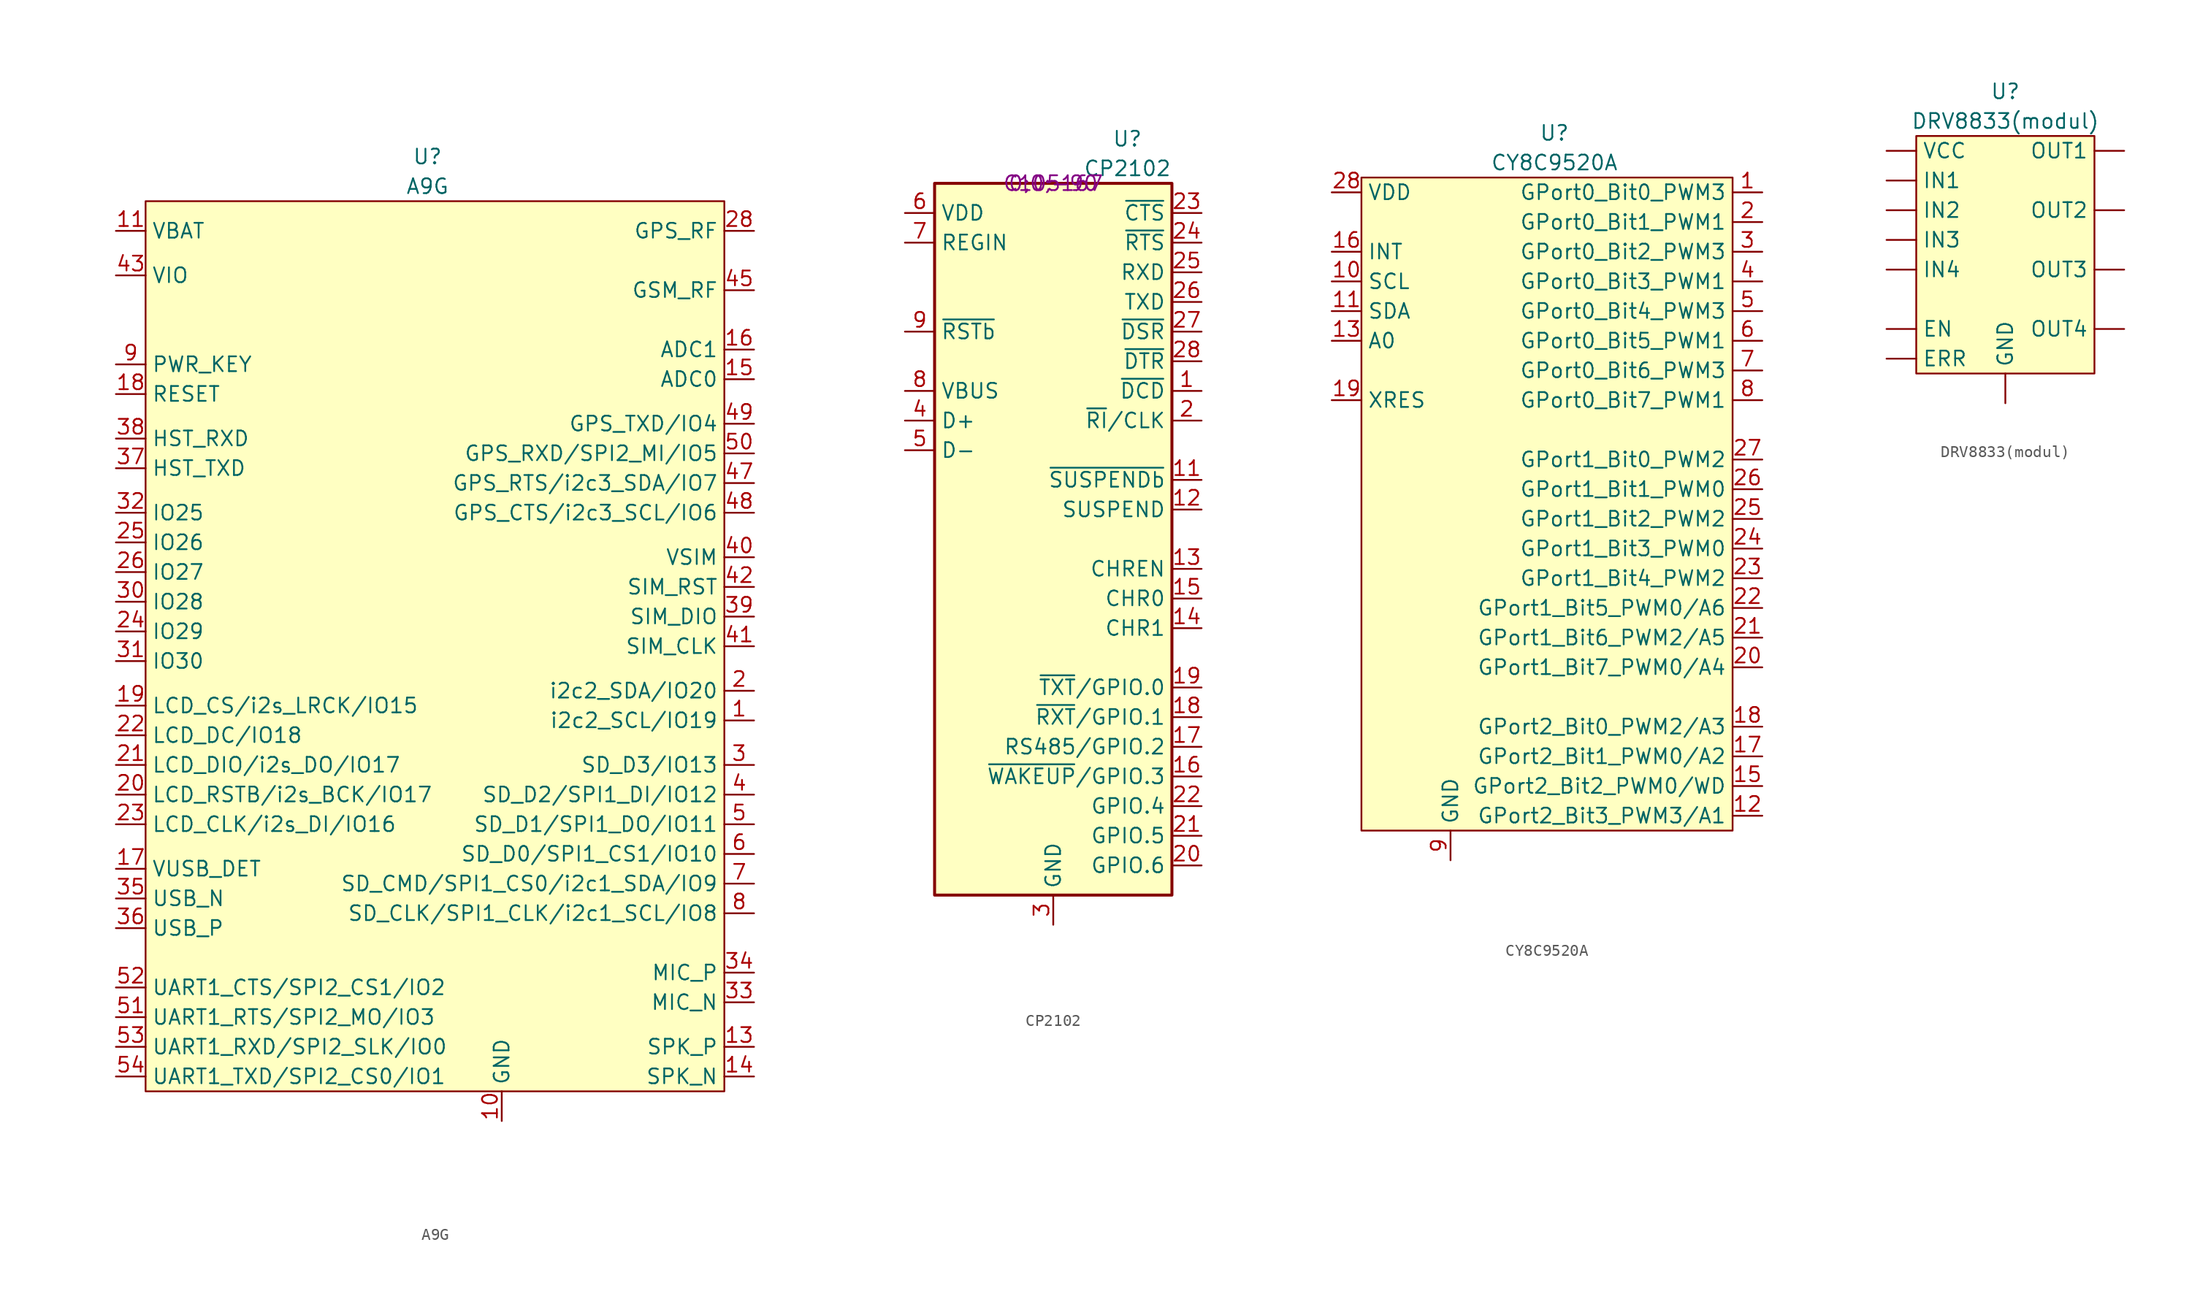
<source format=kicad_sym>
(kicad_symbol_lib
  (version 20211014)
  (generator kicad_symbol_editor)
  (symbol "A9G"
    (property "Reference" "U"
      (at 0 3.81 0)
      (effects (font (size 1.27 1.27))))
    (property "Value" "A9G"
      (at 0 1.27 0)
      (effects (font (size 1.27 1.27))))
    (symbol "A9G_0_1"
      (rectangle (start 25.4 -76.2) (end -24.13 0) (stroke (width 0) (type default) (color 0 0 0 0)) (fill (type background))))
    (symbol "A9G_1_1"
      (pin bidirectional line (at 27.94 -44.45 180) (length 2.54) (name "i2c2_SCL/IO19" (effects (font (size 1.27 1.27)))) (number "1" (effects (font (size 1.27 1.27)))))
      (pin power_in line (at 6.35 -78.74 90) (length 2.54) (name "GND" (effects (font (size 1.27 1.27)))) (number "10" (effects (font (size 1.27 1.27)))))
      (pin power_in line (at -26.67 -2.54 0) (length 2.54) (name "VBAT" (effects (font (size 1.27 1.27)))) (number "11" (effects (font (size 1.27 1.27)))))
      (pin power_in line (at -26.67 -2.54 0) (length 2.54) hide (name "vbat" (effects (font (size 1.27 1.27)))) (number "12" (effects (font (size 1.27 1.27)))))
      (pin output line (at 27.94 -72.39 180) (length 2.54) (name "SPK_P" (effects (font (size 1.27 1.27)))) (number "13" (effects (font (size 1.27 1.27)))))
      (pin output line (at 27.94 -74.93 180) (length 2.54) (name "SPK_N" (effects (font (size 1.27 1.27)))) (number "14" (effects (font (size 1.27 1.27)))))
      (pin input line (at 27.94 -15.24 180) (length 2.54) (name "ADC0" (effects (font (size 1.27 1.27)))) (number "15" (effects (font (size 1.27 1.27)))))
      (pin input line (at 27.94 -12.7 180) (length 2.54) (name "ADC1" (effects (font (size 1.27 1.27)))) (number "16" (effects (font (size 1.27 1.27)))))
      (pin power_in line (at -26.67 -57.15 0) (length 2.54) (name "VUSB_DET" (effects (font (size 1.27 1.27)))) (number "17" (effects (font (size 1.27 1.27)))))
      (pin input line (at -26.67 -16.51 0) (length 2.54) (name "RESET" (effects (font (size 1.27 1.27)))) (number "18" (effects (font (size 1.27 1.27)))))
      (pin bidirectional line (at -26.67 -43.18 0) (length 2.54) (name "LCD_CS/i2s_LRCK/IO15" (effects (font (size 1.27 1.27)))) (number "19" (effects (font (size 1.27 1.27)))))
      (pin bidirectional line (at 27.94 -41.91 180) (length 2.54) (name "i2c2_SDA/IO20" (effects (font (size 1.27 1.27)))) (number "2" (effects (font (size 1.27 1.27)))))
      (pin bidirectional line (at -26.67 -50.8 0) (length 2.54) (name "LCD_RSTB/i2s_BCK/IO17" (effects (font (size 1.27 1.27)))) (number "20" (effects (font (size 1.27 1.27)))))
      (pin bidirectional line (at -26.67 -48.26 0) (length 2.54) (name "LCD_DIO/i2s_DO/IO17" (effects (font (size 1.27 1.27)))) (number "21" (effects (font (size 1.27 1.27)))))
      (pin bidirectional line (at -26.67 -45.72 0) (length 2.54) (name "LCD_DC/IO18" (effects (font (size 1.27 1.27)))) (number "22" (effects (font (size 1.27 1.27)))))
      (pin bidirectional line (at -26.67 -53.34 0) (length 2.54) (name "LCD_CLK/i2s_DI/IO16" (effects (font (size 1.27 1.27)))) (number "23" (effects (font (size 1.27 1.27)))))
      (pin bidirectional line (at -26.67 -36.83 0) (length 2.54) (name "IO29" (effects (font (size 1.27 1.27)))) (number "24" (effects (font (size 1.27 1.27)))))
      (pin bidirectional line (at -26.67 -29.21 0) (length 2.54) (name "IO26" (effects (font (size 1.27 1.27)))) (number "25" (effects (font (size 1.27 1.27)))))
      (pin bidirectional line (at -26.67 -31.75 0) (length 2.54) (name "IO27" (effects (font (size 1.27 1.27)))) (number "26" (effects (font (size 1.27 1.27)))))
      (pin power_in line (at 6.35 -78.74 90) (length 2.54) hide (name "gnd" (effects (font (size 1.27 1.27)))) (number "27" (effects (font (size 1.27 1.27)))))
      (pin input line (at 27.94 -2.54 180) (length 2.54) (name "GPS_RF" (effects (font (size 1.27 1.27)))) (number "28" (effects (font (size 1.27 1.27)))))
      (pin power_in line (at 6.35 -78.74 90) (length 2.54) hide (name "gnd" (effects (font (size 1.27 1.27)))) (number "29" (effects (font (size 1.27 1.27)))))
      (pin bidirectional line (at 27.94 -48.26 180) (length 2.54) (name "SD_D3/IO13" (effects (font (size 1.27 1.27)))) (number "3" (effects (font (size 1.27 1.27)))))
      (pin bidirectional line (at -26.67 -34.29 0) (length 2.54) (name "IO28" (effects (font (size 1.27 1.27)))) (number "30" (effects (font (size 1.27 1.27)))))
      (pin bidirectional line (at -26.67 -39.37 0) (length 2.54) (name "IO30" (effects (font (size 1.27 1.27)))) (number "31" (effects (font (size 1.27 1.27)))))
      (pin bidirectional line (at -26.67 -26.67 0) (length 2.54) (name "IO25" (effects (font (size 1.27 1.27)))) (number "32" (effects (font (size 1.27 1.27)))))
      (pin input line (at 27.94 -68.58 180) (length 2.54) (name "MIC_N" (effects (font (size 1.27 1.27)))) (number "33" (effects (font (size 1.27 1.27)))))
      (pin input line (at 27.94 -66.04 180) (length 2.54) (name "MIC_P" (effects (font (size 1.27 1.27)))) (number "34" (effects (font (size 1.27 1.27)))))
      (pin bidirectional line (at -26.67 -59.69 0) (length 2.54) (name "USB_N" (effects (font (size 1.27 1.27)))) (number "35" (effects (font (size 1.27 1.27)))))
      (pin bidirectional line (at -26.67 -62.23 0) (length 2.54) (name "USB_P" (effects (font (size 1.27 1.27)))) (number "36" (effects (font (size 1.27 1.27)))))
      (pin output line (at -26.67 -22.86 0) (length 2.54) (name "HST_TXD" (effects (font (size 1.27 1.27)))) (number "37" (effects (font (size 1.27 1.27)))))
      (pin input line (at -26.67 -20.32 0) (length 2.54) (name "HST_RXD" (effects (font (size 1.27 1.27)))) (number "38" (effects (font (size 1.27 1.27)))))
      (pin bidirectional line (at 27.94 -35.56 180) (length 2.54) (name "SIM_DIO" (effects (font (size 1.27 1.27)))) (number "39" (effects (font (size 1.27 1.27)))))
      (pin bidirectional line (at 27.94 -50.8 180) (length 2.54) (name "SD_D2/SPI1_DI/IO12" (effects (font (size 1.27 1.27)))) (number "4" (effects (font (size 1.27 1.27)))))
      (pin power_out line (at 27.94 -30.48 180) (length 2.54) (name "VSIM" (effects (font (size 1.27 1.27)))) (number "40" (effects (font (size 1.27 1.27)))))
      (pin output line (at 27.94 -38.1 180) (length 2.54) (name "SIM_CLK" (effects (font (size 1.27 1.27)))) (number "41" (effects (font (size 1.27 1.27)))))
      (pin output line (at 27.94 -33.02 180) (length 2.54) (name "SIM_RST" (effects (font (size 1.27 1.27)))) (number "42" (effects (font (size 1.27 1.27)))))
      (pin power_in line (at -26.67 -6.35 0) (length 2.54) (name "VIO" (effects (font (size 1.27 1.27)))) (number "43" (effects (font (size 1.27 1.27)))))
      (pin power_in line (at 6.35 -78.74 90) (length 2.54) hide (name "gnd" (effects (font (size 1.27 1.27)))) (number "44" (effects (font (size 1.27 1.27)))))
      (pin input line (at 27.94 -7.62 180) (length 2.54) (name "GSM_RF" (effects (font (size 1.27 1.27)))) (number "45" (effects (font (size 1.27 1.27)))))
      (pin power_in line (at 6.35 -78.74 90) (length 2.54) hide (name "gnd" (effects (font (size 1.27 1.27)))) (number "46" (effects (font (size 1.27 1.27)))))
      (pin bidirectional line (at 27.94 -24.13 180) (length 2.54) (name "GPS_RTS/i2c3_SDA/IO7" (effects (font (size 1.27 1.27)))) (number "47" (effects (font (size 1.27 1.27)))))
      (pin bidirectional line (at 27.94 -26.67 180) (length 2.54) (name "GPS_CTS/i2c3_SCL/IO6" (effects (font (size 1.27 1.27)))) (number "48" (effects (font (size 1.27 1.27)))))
      (pin bidirectional line (at 27.94 -19.05 180) (length 2.54) (name "GPS_TXD/IO4" (effects (font (size 1.27 1.27)))) (number "49" (effects (font (size 1.27 1.27)))))
      (pin bidirectional line (at 27.94 -53.34 180) (length 2.54) (name "SD_D1/SPI1_DO/IO11" (effects (font (size 1.27 1.27)))) (number "5" (effects (font (size 1.27 1.27)))))
      (pin bidirectional line (at 27.94 -21.59 180) (length 2.54) (name "GPS_RXD/SPI2_MI/IO5" (effects (font (size 1.27 1.27)))) (number "50" (effects (font (size 1.27 1.27)))))
      (pin bidirectional line (at -26.67 -69.85 0) (length 2.54) (name "UART1_RTS/SPI2_MO/IO3" (effects (font (size 1.27 1.27)))) (number "51" (effects (font (size 1.27 1.27)))))
      (pin bidirectional line (at -26.67 -67.31 0) (length 2.54) (name "UART1_CTS/SPI2_CS1/IO2" (effects (font (size 1.27 1.27)))) (number "52" (effects (font (size 1.27 1.27)))))
      (pin bidirectional line (at -26.67 -72.39 0) (length 2.54) (name "UART1_RXD/SPI2_SLK/IO0" (effects (font (size 1.27 1.27)))) (number "53" (effects (font (size 1.27 1.27)))))
      (pin bidirectional line (at -26.67 -74.93 0) (length 2.54) (name "UART1_TXD/SPI2_CS0/IO1" (effects (font (size 1.27 1.27)))) (number "54" (effects (font (size 1.27 1.27)))))
      (pin power_in line (at 6.35 -78.74 90) (length 2.54) hide (name "gnd" (effects (font (size 1.27 1.27)))) (number "55" (effects (font (size 1.27 1.27)))))
      (pin power_in line (at 6.35 -78.74 90) (length 2.54) hide (name "gnd" (effects (font (size 1.27 1.27)))) (number "56" (effects (font (size 1.27 1.27)))))
      (pin bidirectional line (at 27.94 -55.88 180) (length 2.54) (name "SD_D0/SPI1_CS1/IO10" (effects (font (size 1.27 1.27)))) (number "6" (effects (font (size 1.27 1.27)))))
      (pin bidirectional line (at 27.94 -58.42 180) (length 2.54) (name "SD_CMD/SPI1_CS0/i2c1_SDA/IO9" (effects (font (size 1.27 1.27)))) (number "7" (effects (font (size 1.27 1.27)))))
      (pin bidirectional line (at 27.94 -60.96 180) (length 2.54) (name "SD_CLK/SPI1_CLK/i2c1_SCL/IO8" (effects (font (size 1.27 1.27)))) (number "8" (effects (font (size 1.27 1.27)))))
      (pin input line (at -26.67 -13.97 0) (length 2.54) (name "PWR_KEY" (effects (font (size 1.27 1.27)))) (number "9" (effects (font (size 1.27 1.27)))))))
  (symbol "CP2102"
    (property "Reference" "U"
      (at 6.35 3.81 0)
      (effects (font (size 1.27 1.27))))
    (property "Value" "CP2102"
      (at 6.35 1.27 0)
      (effects (font (size 1.27 1.27))))
    (property "LCSC" "C105167"
      (at 0 0 0)
      (effects (font (size 1.27 1.27))))
    (property "JLCPCB_CORRECTION" "0;0;-90"
      (at 0 0 0)
      (effects (font (size 1.27 1.27))))
    (symbol "CP2102_0_1"
      (rectangle (start -10.16 0) (end 10.16 -60.96) (stroke (width 0.254) (type default) (color 0 0 0 0)) (fill (type background))))
    (symbol "CP2102_1_1"
      (pin input line (at 12.7 -17.78 180) (length 2.54) (name "~{DCD}" (effects (font (size 1.27 1.27)))) (number "1" (effects (font (size 1.27 1.27)))))
      (pin no_connect line (at -10.16 -40.64 0) (length 2.54) hide (name "NC" (effects (font (size 1.27 1.27)))) (number "10" (effects (font (size 1.27 1.27)))))
      (pin output line (at 12.7 -25.4 180) (length 2.54) (name "~{SUSPENDb}" (effects (font (size 1.27 1.27)))) (number "11" (effects (font (size 1.27 1.27)))))
      (pin output line (at 12.7 -27.94 180) (length 2.54) (name "SUSPEND" (effects (font (size 1.27 1.27)))) (number "12" (effects (font (size 1.27 1.27)))))
      (pin output line (at 12.7 -33.02 180) (length 2.54) (name "CHREN" (effects (font (size 1.27 1.27)))) (number "13" (effects (font (size 1.27 1.27)))))
      (pin output line (at 12.7 -38.1 180) (length 2.54) (name "CHR1" (effects (font (size 1.27 1.27)))) (number "14" (effects (font (size 1.27 1.27)))))
      (pin output line (at 12.7 -35.56 180) (length 2.54) (name "CHR0" (effects (font (size 1.27 1.27)))) (number "15" (effects (font (size 1.27 1.27)))))
      (pin bidirectional line (at 12.7 -50.8 180) (length 2.54) (name "~{WAKEUP}/GPIO.3" (effects (font (size 1.27 1.27)))) (number "16" (effects (font (size 1.27 1.27)))))
      (pin bidirectional line (at 12.7 -48.26 180) (length 2.54) (name "RS485/GPIO.2" (effects (font (size 1.27 1.27)))) (number "17" (effects (font (size 1.27 1.27)))))
      (pin bidirectional line (at 12.7 -45.72 180) (length 2.54) (name "~{RXT}/GPIO.1" (effects (font (size 1.27 1.27)))) (number "18" (effects (font (size 1.27 1.27)))))
      (pin bidirectional line (at 12.7 -43.18 180) (length 2.54) (name "~{TXT}/GPIO.0" (effects (font (size 1.27 1.27)))) (number "19" (effects (font (size 1.27 1.27)))))
      (pin bidirectional line (at 12.7 -20.32 180) (length 2.54) (name "~{RI}/CLK" (effects (font (size 1.27 1.27)))) (number "2" (effects (font (size 1.27 1.27)))))
      (pin bidirectional line (at 12.7 -58.42 180) (length 2.54) (name "GPIO.6" (effects (font (size 1.27 1.27)))) (number "20" (effects (font (size 1.27 1.27)))))
      (pin bidirectional line (at 12.7 -55.88 180) (length 2.54) (name "GPIO.5" (effects (font (size 1.27 1.27)))) (number "21" (effects (font (size 1.27 1.27)))))
      (pin bidirectional line (at 12.7 -53.34 180) (length 2.54) (name "GPIO.4" (effects (font (size 1.27 1.27)))) (number "22" (effects (font (size 1.27 1.27)))))
      (pin input line (at 12.7 -2.54 180) (length 2.54) (name "~{CTS}" (effects (font (size 1.27 1.27)))) (number "23" (effects (font (size 1.27 1.27)))))
      (pin output line (at 12.7 -5.08 180) (length 2.54) (name "~{RTS}" (effects (font (size 1.27 1.27)))) (number "24" (effects (font (size 1.27 1.27)))))
      (pin input line (at 12.7 -7.62 180) (length 2.54) (name "RXD" (effects (font (size 1.27 1.27)))) (number "25" (effects (font (size 1.27 1.27)))))
      (pin output line (at 12.7 -10.16 180) (length 2.54) (name "TXD" (effects (font (size 1.27 1.27)))) (number "26" (effects (font (size 1.27 1.27)))))
      (pin input line (at 12.7 -12.7 180) (length 2.54) (name "~{DSR}" (effects (font (size 1.27 1.27)))) (number "27" (effects (font (size 1.27 1.27)))))
      (pin output line (at 12.7 -15.24 180) (length 2.54) (name "~{DTR}" (effects (font (size 1.27 1.27)))) (number "28" (effects (font (size 1.27 1.27)))))
      (pin passive line (at 0 -63.5 90) (length 2.54) hide (name "GND" (effects (font (size 1.27 1.27)))) (number "29" (effects (font (size 1.27 1.27)))))
      (pin power_in line (at 0 -63.5 90) (length 2.54) (name "GND" (effects (font (size 1.27 1.27)))) (number "3" (effects (font (size 1.27 1.27)))))
      (pin bidirectional line (at -12.7 -20.32 0) (length 2.54) (name "D+" (effects (font (size 1.27 1.27)))) (number "4" (effects (font (size 1.27 1.27)))))
      (pin bidirectional line (at -12.7 -22.86 0) (length 2.54) (name "D-" (effects (font (size 1.27 1.27)))) (number "5" (effects (font (size 1.27 1.27)))))
      (pin passive line (at -12.7 -2.54 0) (length 2.54) (name "VDD" (effects (font (size 1.27 1.27)))) (number "6" (effects (font (size 1.27 1.27)))))
      (pin power_in line (at -12.7 -5.08 0) (length 2.54) (name "REGIN" (effects (font (size 1.27 1.27)))) (number "7" (effects (font (size 1.27 1.27)))))
      (pin input line (at -12.7 -17.78 0) (length 2.54) (name "VBUS" (effects (font (size 1.27 1.27)))) (number "8" (effects (font (size 1.27 1.27)))))
      (pin input line (at -12.7 -12.7 0) (length 2.54) (name "~{RSTb}" (effects (font (size 1.27 1.27)))) (number "9" (effects (font (size 1.27 1.27)))))))
  (symbol "CY8C9520A"
    (property "Reference" "U"
      (at 0 3.81 0)
      (effects (font (size 1.27 1.27))))
    (property "Value" "CY8C9520A"
      (at 0 1.27 0)
      (effects (font (size 1.27 1.27))))
    (symbol "CY8C9520A_0_1"
      (rectangle (start 15.24 0) (end -16.51 -55.88) (stroke (width 0) (type default) (color 0 0 0 0)) (fill (type background))))
    (symbol "CY8C9520A_1_1"
      (pin bidirectional line (at 17.78 -1.27 180) (length 2.54) (name "GPort0_Bit0_PWM3" (effects (font (size 1.27 1.27)))) (number "1" (effects (font (size 1.27 1.27)))))
      (pin input line (at -19.05 -8.89 0) (length 2.54) (name "SCL" (effects (font (size 1.27 1.27)))) (number "10" (effects (font (size 1.27 1.27)))))
      (pin bidirectional line (at -19.05 -11.43 0) (length 2.54) (name "SDA" (effects (font (size 1.27 1.27)))) (number "11" (effects (font (size 1.27 1.27)))))
      (pin bidirectional line (at 17.78 -54.61 180) (length 2.54) (name "GPort2_Bit3_PWM3/A1" (effects (font (size 1.27 1.27)))) (number "12" (effects (font (size 1.27 1.27)))))
      (pin input line (at -19.05 -13.97 0) (length 2.54) (name "A0" (effects (font (size 1.27 1.27)))) (number "13" (effects (font (size 1.27 1.27)))))
      (pin input line (at -8.89 -58.42 90) (length 2.54) hide (name "GND" (effects (font (size 1.27 1.27)))) (number "14" (effects (font (size 1.27 1.27)))))
      (pin bidirectional line (at 17.78 -52.07 180) (length 2.54) (name "GPort2_Bit2_PWM0/WD" (effects (font (size 1.27 1.27)))) (number "15" (effects (font (size 1.27 1.27)))))
      (pin output line (at -19.05 -6.35 0) (length 2.54) (name "INT" (effects (font (size 1.27 1.27)))) (number "16" (effects (font (size 1.27 1.27)))))
      (pin bidirectional line (at 17.78 -49.53 180) (length 2.54) (name "GPort2_Bit1_PWM0/A2" (effects (font (size 1.27 1.27)))) (number "17" (effects (font (size 1.27 1.27)))))
      (pin bidirectional line (at 17.78 -46.99 180) (length 2.54) (name "GPort2_Bit0_PWM2/A3" (effects (font (size 1.27 1.27)))) (number "18" (effects (font (size 1.27 1.27)))))
      (pin unspecified line (at -19.05 -19.05 0) (length 2.54) (name "XRES" (effects (font (size 1.27 1.27)))) (number "19" (effects (font (size 1.27 1.27)))))
      (pin bidirectional line (at 17.78 -3.81 180) (length 2.54) (name "GPort0_Bit1_PWM1" (effects (font (size 1.27 1.27)))) (number "2" (effects (font (size 1.27 1.27)))))
      (pin bidirectional line (at 17.78 -41.91 180) (length 2.54) (name "GPort1_Bit7_PWM0/A4" (effects (font (size 1.27 1.27)))) (number "20" (effects (font (size 1.27 1.27)))))
      (pin bidirectional line (at 17.78 -39.37 180) (length 2.54) (name "GPort1_Bit6_PWM2/A5" (effects (font (size 1.27 1.27)))) (number "21" (effects (font (size 1.27 1.27)))))
      (pin bidirectional line (at 17.78 -36.83 180) (length 2.54) (name "GPort1_Bit5_PWM0/A6" (effects (font (size 1.27 1.27)))) (number "22" (effects (font (size 1.27 1.27)))))
      (pin bidirectional line (at 17.78 -34.29 180) (length 2.54) (name "GPort1_Bit4_PWM2" (effects (font (size 1.27 1.27)))) (number "23" (effects (font (size 1.27 1.27)))))
      (pin bidirectional line (at 17.78 -31.75 180) (length 2.54) (name "GPort1_Bit3_PWM0" (effects (font (size 1.27 1.27)))) (number "24" (effects (font (size 1.27 1.27)))))
      (pin bidirectional line (at 17.78 -29.21 180) (length 2.54) (name "GPort1_Bit2_PWM2" (effects (font (size 1.27 1.27)))) (number "25" (effects (font (size 1.27 1.27)))))
      (pin bidirectional line (at 17.78 -26.67 180) (length 2.54) (name "GPort1_Bit1_PWM0" (effects (font (size 1.27 1.27)))) (number "26" (effects (font (size 1.27 1.27)))))
      (pin bidirectional line (at 17.78 -24.13 180) (length 2.54) (name "GPort1_Bit0_PWM2" (effects (font (size 1.27 1.27)))) (number "27" (effects (font (size 1.27 1.27)))))
      (pin power_in line (at -19.05 -1.27 0) (length 2.54) (name "VDD" (effects (font (size 1.27 1.27)))) (number "28" (effects (font (size 1.27 1.27)))))
      (pin bidirectional line (at 17.78 -6.35 180) (length 2.54) (name "GPort0_Bit2_PWM3" (effects (font (size 1.27 1.27)))) (number "3" (effects (font (size 1.27 1.27)))))
      (pin bidirectional line (at 17.78 -8.89 180) (length 2.54) (name "GPort0_Bit3_PWM1" (effects (font (size 1.27 1.27)))) (number "4" (effects (font (size 1.27 1.27)))))
      (pin bidirectional line (at 17.78 -11.43 180) (length 2.54) (name "GPort0_Bit4_PWM3" (effects (font (size 1.27 1.27)))) (number "5" (effects (font (size 1.27 1.27)))))
      (pin bidirectional line (at 17.78 -13.97 180) (length 2.54) (name "GPort0_Bit5_PWM1" (effects (font (size 1.27 1.27)))) (number "6" (effects (font (size 1.27 1.27)))))
      (pin bidirectional line (at 17.78 -16.51 180) (length 2.54) (name "GPort0_Bit6_PWM3" (effects (font (size 1.27 1.27)))) (number "7" (effects (font (size 1.27 1.27)))))
      (pin bidirectional line (at 17.78 -19.05 180) (length 2.54) (name "GPort0_Bit7_PWM1" (effects (font (size 1.27 1.27)))) (number "8" (effects (font (size 1.27 1.27)))))
      (pin input line (at -8.89 -58.42 90) (length 2.54) (name "GND" (effects (font (size 1.27 1.27)))) (number "9" (effects (font (size 1.27 1.27)))))))
  (symbol "DRV8833(modul)"
    (property "Reference" "U"
      (at 0 5.08 0)
      (effects (font (size 1.27 1.27))))
    (property "Value" "DRV8833(modul)"
      (at 0 2.54 0)
      (effects (font (size 1.27 1.27))))
    (symbol "DRV8833(modul)_0_1"
      (rectangle (start -7.62 1.27) (end 7.62 -19.05) (stroke (width 0) (type default) (color 0 0 0 0)) (fill (type background))))
    (symbol "DRV8833(modul)_1_1"
      (pin input line (at -10.16 -15.24 0) (length 2.54) (name "EN" (effects (font (size 1.27 1.27)))) (number "" (effects (font (size 1.27 1.27)))))
      (pin input line (at -10.16 -17.78 0) (length 2.54) (name "ERR" (effects (font (size 1.27 1.27)))) (number "" (effects (font (size 1.27 1.27)))))
      (pin power_in line (at 0 -21.59 90) (length 2.54) (name "GND" (effects (font (size 1.27 1.27)))) (number "" (effects (font (size 1.27 1.27)))))
      (pin input line (at -10.16 -2.54 0) (length 2.54) (name "IN1" (effects (font (size 1.27 1.27)))) (number "" (effects (font (size 1.27 1.27)))))
      (pin input line (at -10.16 -5.08 0) (length 2.54) (name "IN2" (effects (font (size 1.27 1.27)))) (number "" (effects (font (size 1.27 1.27)))))
      (pin input line (at -10.16 -7.62 0) (length 2.54) (name "IN3" (effects (font (size 1.27 1.27)))) (number "" (effects (font (size 1.27 1.27)))))
      (pin input line (at -10.16 -10.16 0) (length 2.54) (name "IN4" (effects (font (size 1.27 1.27)))) (number "" (effects (font (size 1.27 1.27)))))
      (pin input line (at 10.16 0 180) (length 2.54) (name "OUT1" (effects (font (size 1.27 1.27)))) (number "" (effects (font (size 1.27 1.27)))))
      (pin input line (at 10.16 -5.08 180) (length 2.54) (name "OUT2" (effects (font (size 1.27 1.27)))) (number "" (effects (font (size 1.27 1.27)))))
      (pin input line (at 10.16 -10.16 180) (length 2.54) (name "OUT3" (effects (font (size 1.27 1.27)))) (number "" (effects (font (size 1.27 1.27)))))
      (pin input line (at 10.16 -15.24 180) (length 2.54) (name "OUT4" (effects (font (size 1.27 1.27)))) (number "" (effects (font (size 1.27 1.27)))))
      (pin power_in line (at -10.16 0 0) (length 2.54) (name "VCC" (effects (font (size 1.27 1.27)))) (number "" (effects (font (size 1.27 1.27))))))))
</source>
